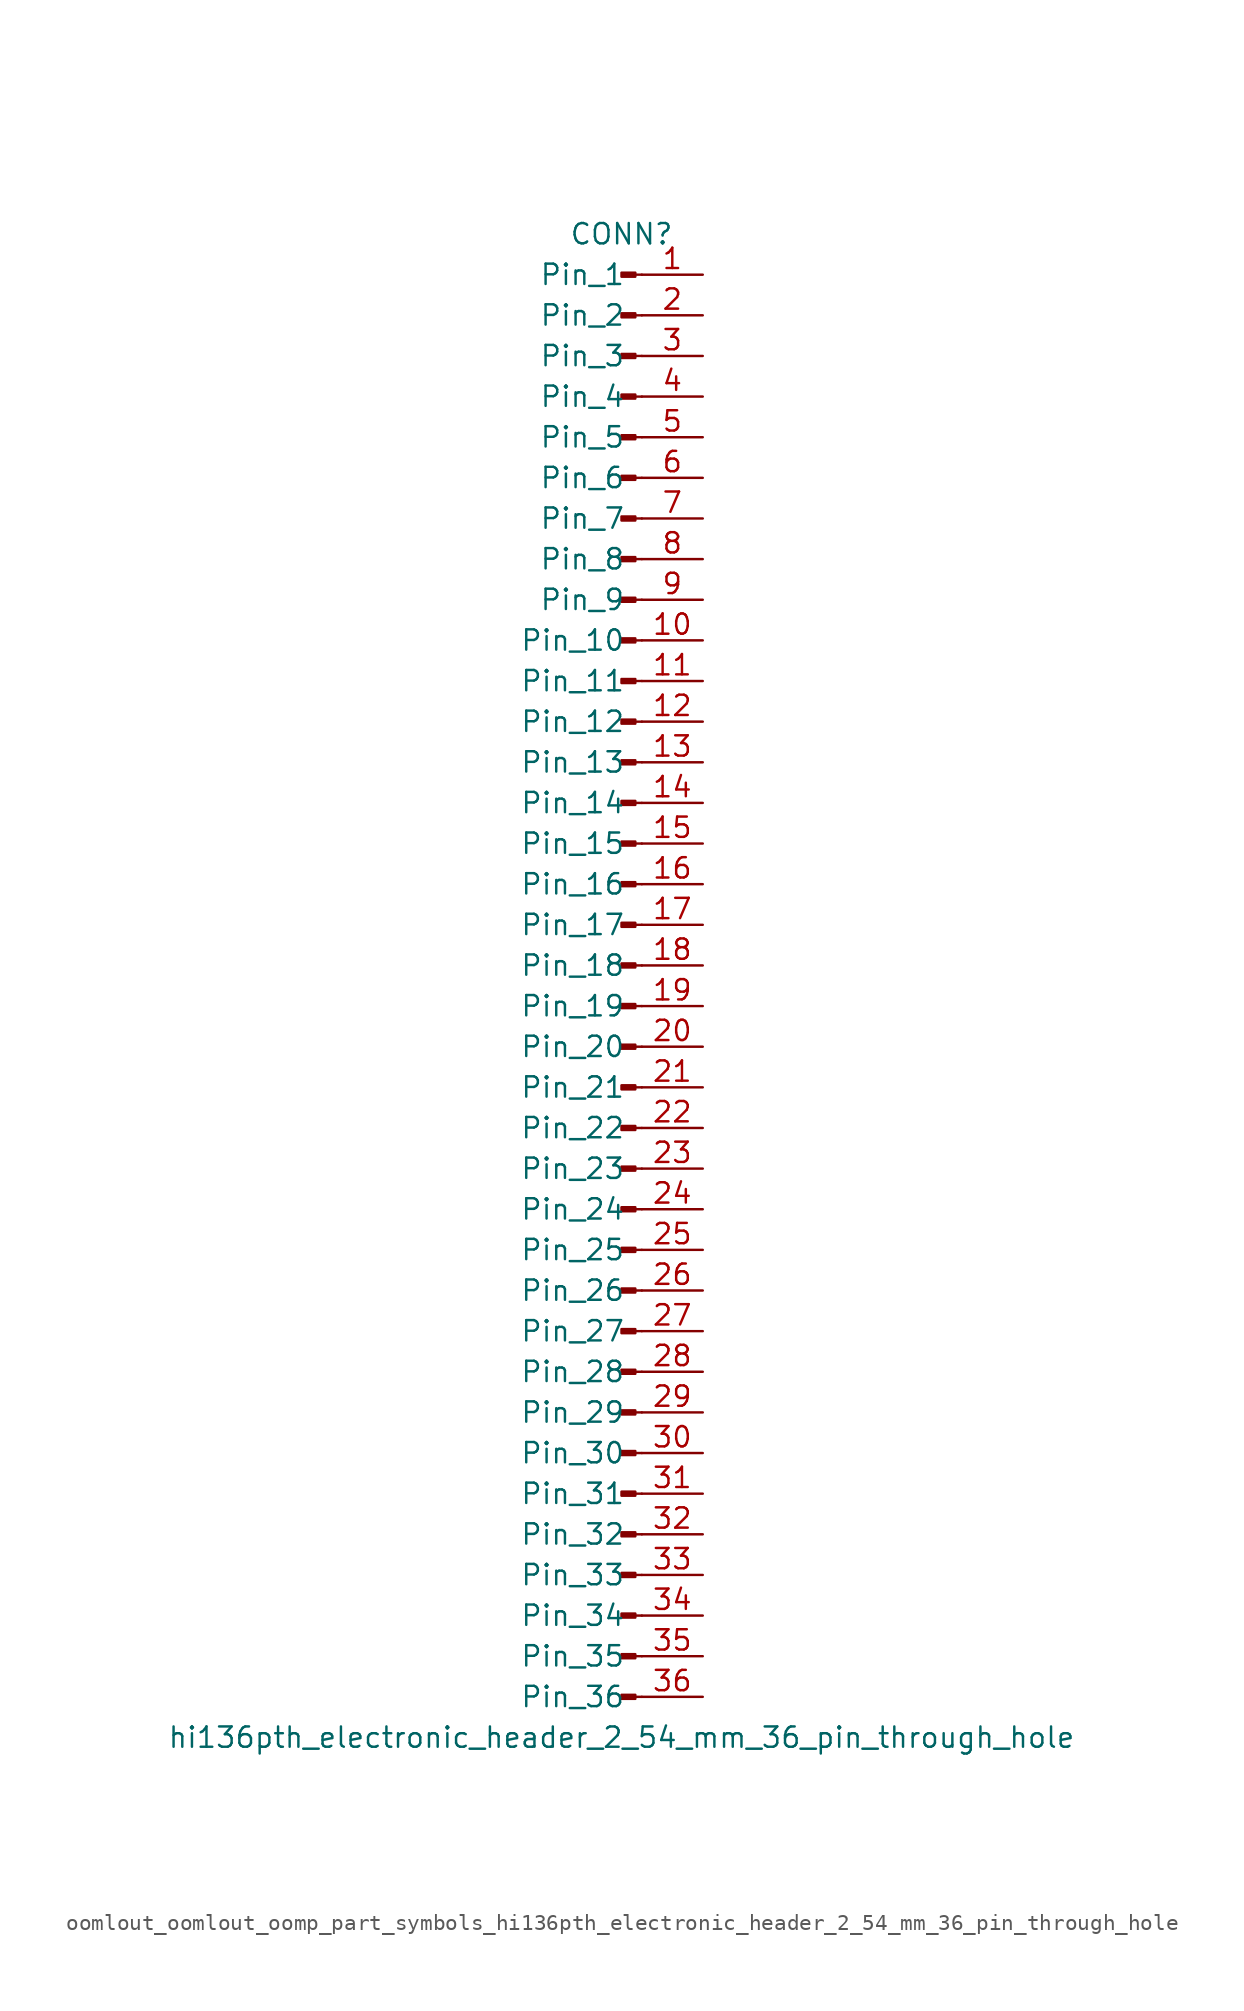
<source format=kicad_sym>
(kicad_symbol_lib
  (version 20220914)
  (generator kicad_symbol_editor)
  (symbol "oomlout_oomlout_oomp_part_symbols_hi136pth_electronic_header_2_54_mm_36_pin_through_hole"
    (pin_names
      (offset 1.016))
    (property "Reference" "CONN"
      (at 0 45.72 0)
      (effects (font (size 1.27 1.27))))
    (property "Value" "hi136pth_electronic_header_2_54_mm_36_pin_through_hole"
      (at 0 -48.26 0)
      (effects (font (size 1.27 1.27))))
    (property "ki_locked" ""
      (at 0 0 0)
      (effects (font (size 1.27 1.27))))
    (symbol "oomlout_oomlout_oomp_part_symbols_hi136pth_electronic_header_2_54_mm_36_pin_through_hole_1_1"
      (polyline (pts (xy 1.27 -45.72) (xy 0.864 -45.72)) (stroke (width 0.152) (type default)) (fill (type none)))
      (polyline (pts (xy 1.27 -43.18) (xy 0.864 -43.18)) (stroke (width 0.152) (type default)) (fill (type none)))
      (polyline (pts (xy 1.27 -40.64) (xy 0.864 -40.64)) (stroke (width 0.152) (type default)) (fill (type none)))
      (polyline (pts (xy 1.27 -38.1) (xy 0.864 -38.1)) (stroke (width 0.152) (type default)) (fill (type none)))
      (polyline (pts (xy 1.27 -35.56) (xy 0.864 -35.56)) (stroke (width 0.152) (type default)) (fill (type none)))
      (polyline (pts (xy 1.27 -33.02) (xy 0.864 -33.02)) (stroke (width 0.152) (type default)) (fill (type none)))
      (polyline (pts (xy 1.27 -30.48) (xy 0.864 -30.48)) (stroke (width 0.152) (type default)) (fill (type none)))
      (polyline (pts (xy 1.27 -27.94) (xy 0.864 -27.94)) (stroke (width 0.152) (type default)) (fill (type none)))
      (polyline (pts (xy 1.27 -25.4) (xy 0.864 -25.4)) (stroke (width 0.152) (type default)) (fill (type none)))
      (polyline (pts (xy 1.27 -22.86) (xy 0.864 -22.86)) (stroke (width 0.152) (type default)) (fill (type none)))
      (polyline (pts (xy 1.27 -20.32) (xy 0.864 -20.32)) (stroke (width 0.152) (type default)) (fill (type none)))
      (polyline (pts (xy 1.27 -17.78) (xy 0.864 -17.78)) (stroke (width 0.152) (type default)) (fill (type none)))
      (polyline (pts (xy 1.27 -15.24) (xy 0.864 -15.24)) (stroke (width 0.152) (type default)) (fill (type none)))
      (polyline (pts (xy 1.27 -12.7) (xy 0.864 -12.7)) (stroke (width 0.152) (type default)) (fill (type none)))
      (polyline (pts (xy 1.27 -10.16) (xy 0.864 -10.16)) (stroke (width 0.152) (type default)) (fill (type none)))
      (polyline (pts (xy 1.27 -7.62) (xy 0.864 -7.62)) (stroke (width 0.152) (type default)) (fill (type none)))
      (polyline (pts (xy 1.27 -5.08) (xy 0.864 -5.08)) (stroke (width 0.152) (type default)) (fill (type none)))
      (polyline (pts (xy 1.27 -2.54) (xy 0.864 -2.54)) (stroke (width 0.152) (type default)) (fill (type none)))
      (polyline (pts (xy 1.27 0) (xy 0.864 0)) (stroke (width 0.152) (type default)) (fill (type none)))
      (polyline (pts (xy 1.27 2.54) (xy 0.864 2.54)) (stroke (width 0.152) (type default)) (fill (type none)))
      (polyline (pts (xy 1.27 5.08) (xy 0.864 5.08)) (stroke (width 0.152) (type default)) (fill (type none)))
      (polyline (pts (xy 1.27 7.62) (xy 0.864 7.62)) (stroke (width 0.152) (type default)) (fill (type none)))
      (polyline (pts (xy 1.27 10.16) (xy 0.864 10.16)) (stroke (width 0.152) (type default)) (fill (type none)))
      (polyline (pts (xy 1.27 12.7) (xy 0.864 12.7)) (stroke (width 0.152) (type default)) (fill (type none)))
      (polyline (pts (xy 1.27 15.24) (xy 0.864 15.24)) (stroke (width 0.152) (type default)) (fill (type none)))
      (polyline (pts (xy 1.27 17.78) (xy 0.864 17.78)) (stroke (width 0.152) (type default)) (fill (type none)))
      (polyline (pts (xy 1.27 20.32) (xy 0.864 20.32)) (stroke (width 0.152) (type default)) (fill (type none)))
      (polyline (pts (xy 1.27 22.86) (xy 0.864 22.86)) (stroke (width 0.152) (type default)) (fill (type none)))
      (polyline (pts (xy 1.27 25.4) (xy 0.864 25.4)) (stroke (width 0.152) (type default)) (fill (type none)))
      (polyline (pts (xy 1.27 27.94) (xy 0.864 27.94)) (stroke (width 0.152) (type default)) (fill (type none)))
      (polyline (pts (xy 1.27 30.48) (xy 0.864 30.48)) (stroke (width 0.152) (type default)) (fill (type none)))
      (polyline (pts (xy 1.27 33.02) (xy 0.864 33.02)) (stroke (width 0.152) (type default)) (fill (type none)))
      (polyline (pts (xy 1.27 35.56) (xy 0.864 35.56)) (stroke (width 0.152) (type default)) (fill (type none)))
      (polyline (pts (xy 1.27 38.1) (xy 0.864 38.1)) (stroke (width 0.152) (type default)) (fill (type none)))
      (polyline (pts (xy 1.27 40.64) (xy 0.864 40.64)) (stroke (width 0.152) (type default)) (fill (type none)))
      (polyline (pts (xy 1.27 43.18) (xy 0.864 43.18)) (stroke (width 0.152) (type default)) (fill (type none)))
      (rectangle (start 0.864 -45.593) (end 0 -45.847) (stroke (width 0.152) (type default)) (fill (type outline)))
      (rectangle (start 0.864 -43.053) (end 0 -43.307) (stroke (width 0.152) (type default)) (fill (type outline)))
      (rectangle (start 0.864 -40.513) (end 0 -40.767) (stroke (width 0.152) (type default)) (fill (type outline)))
      (rectangle (start 0.864 -37.973) (end 0 -38.227) (stroke (width 0.152) (type default)) (fill (type outline)))
      (rectangle (start 0.864 -35.433) (end 0 -35.687) (stroke (width 0.152) (type default)) (fill (type outline)))
      (rectangle (start 0.864 -32.893) (end 0 -33.147) (stroke (width 0.152) (type default)) (fill (type outline)))
      (rectangle (start 0.864 -30.353) (end 0 -30.607) (stroke (width 0.152) (type default)) (fill (type outline)))
      (rectangle (start 0.864 -27.813) (end 0 -28.067) (stroke (width 0.152) (type default)) (fill (type outline)))
      (rectangle (start 0.864 -25.273) (end 0 -25.527) (stroke (width 0.152) (type default)) (fill (type outline)))
      (rectangle (start 0.864 -22.733) (end 0 -22.987) (stroke (width 0.152) (type default)) (fill (type outline)))
      (rectangle (start 0.864 -20.193) (end 0 -20.447) (stroke (width 0.152) (type default)) (fill (type outline)))
      (rectangle (start 0.864 -17.653) (end 0 -17.907) (stroke (width 0.152) (type default)) (fill (type outline)))
      (rectangle (start 0.864 -15.113) (end 0 -15.367) (stroke (width 0.152) (type default)) (fill (type outline)))
      (rectangle (start 0.864 -12.573) (end 0 -12.827) (stroke (width 0.152) (type default)) (fill (type outline)))
      (rectangle (start 0.864 -10.033) (end 0 -10.287) (stroke (width 0.152) (type default)) (fill (type outline)))
      (rectangle (start 0.864 -7.493) (end 0 -7.747) (stroke (width 0.152) (type default)) (fill (type outline)))
      (rectangle (start 0.864 -4.953) (end 0 -5.207) (stroke (width 0.152) (type default)) (fill (type outline)))
      (rectangle (start 0.864 -2.413) (end 0 -2.667) (stroke (width 0.152) (type default)) (fill (type outline)))
      (rectangle (start 0.864 0.127) (end 0 -0.127) (stroke (width 0.152) (type default)) (fill (type outline)))
      (rectangle (start 0.864 2.667) (end 0 2.413) (stroke (width 0.152) (type default)) (fill (type outline)))
      (rectangle (start 0.864 5.207) (end 0 4.953) (stroke (width 0.152) (type default)) (fill (type outline)))
      (rectangle (start 0.864 7.747) (end 0 7.493) (stroke (width 0.152) (type default)) (fill (type outline)))
      (rectangle (start 0.864 10.287) (end 0 10.033) (stroke (width 0.152) (type default)) (fill (type outline)))
      (rectangle (start 0.864 12.827) (end 0 12.573) (stroke (width 0.152) (type default)) (fill (type outline)))
      (rectangle (start 0.864 15.367) (end 0 15.113) (stroke (width 0.152) (type default)) (fill (type outline)))
      (rectangle (start 0.864 17.907) (end 0 17.653) (stroke (width 0.152) (type default)) (fill (type outline)))
      (rectangle (start 0.864 20.447) (end 0 20.193) (stroke (width 0.152) (type default)) (fill (type outline)))
      (rectangle (start 0.864 22.987) (end 0 22.733) (stroke (width 0.152) (type default)) (fill (type outline)))
      (rectangle (start 0.864 25.527) (end 0 25.273) (stroke (width 0.152) (type default)) (fill (type outline)))
      (rectangle (start 0.864 28.067) (end 0 27.813) (stroke (width 0.152) (type default)) (fill (type outline)))
      (rectangle (start 0.864 30.607) (end 0 30.353) (stroke (width 0.152) (type default)) (fill (type outline)))
      (rectangle (start 0.864 33.147) (end 0 32.893) (stroke (width 0.152) (type default)) (fill (type outline)))
      (rectangle (start 0.864 35.687) (end 0 35.433) (stroke (width 0.152) (type default)) (fill (type outline)))
      (rectangle (start 0.864 38.227) (end 0 37.973) (stroke (width 0.152) (type default)) (fill (type outline)))
      (rectangle (start 0.864 40.767) (end 0 40.513) (stroke (width 0.152) (type default)) (fill (type outline)))
      (rectangle (start 0.864 43.307) (end 0 43.053) (stroke (width 0.152) (type default)) (fill (type outline)))
      (pin passive line (at 5.08 43.18 180) (length 3.81) (name "Pin_1" (effects (font (size 1.27 1.27)))) (number "1" (effects (font (size 1.27 1.27)))))
      (pin passive line (at 5.08 20.32 180) (length 3.81) (name "Pin_10" (effects (font (size 1.27 1.27)))) (number "10" (effects (font (size 1.27 1.27)))))
      (pin passive line (at 5.08 17.78 180) (length 3.81) (name "Pin_11" (effects (font (size 1.27 1.27)))) (number "11" (effects (font (size 1.27 1.27)))))
      (pin passive line (at 5.08 15.24 180) (length 3.81) (name "Pin_12" (effects (font (size 1.27 1.27)))) (number "12" (effects (font (size 1.27 1.27)))))
      (pin passive line (at 5.08 12.7 180) (length 3.81) (name "Pin_13" (effects (font (size 1.27 1.27)))) (number "13" (effects (font (size 1.27 1.27)))))
      (pin passive line (at 5.08 10.16 180) (length 3.81) (name "Pin_14" (effects (font (size 1.27 1.27)))) (number "14" (effects (font (size 1.27 1.27)))))
      (pin passive line (at 5.08 7.62 180) (length 3.81) (name "Pin_15" (effects (font (size 1.27 1.27)))) (number "15" (effects (font (size 1.27 1.27)))))
      (pin passive line (at 5.08 5.08 180) (length 3.81) (name "Pin_16" (effects (font (size 1.27 1.27)))) (number "16" (effects (font (size 1.27 1.27)))))
      (pin passive line (at 5.08 2.54 180) (length 3.81) (name "Pin_17" (effects (font (size 1.27 1.27)))) (number "17" (effects (font (size 1.27 1.27)))))
      (pin passive line (at 5.08 0 180) (length 3.81) (name "Pin_18" (effects (font (size 1.27 1.27)))) (number "18" (effects (font (size 1.27 1.27)))))
      (pin passive line (at 5.08 -2.54 180) (length 3.81) (name "Pin_19" (effects (font (size 1.27 1.27)))) (number "19" (effects (font (size 1.27 1.27)))))
      (pin passive line (at 5.08 40.64 180) (length 3.81) (name "Pin_2" (effects (font (size 1.27 1.27)))) (number "2" (effects (font (size 1.27 1.27)))))
      (pin passive line (at 5.08 -5.08 180) (length 3.81) (name "Pin_20" (effects (font (size 1.27 1.27)))) (number "20" (effects (font (size 1.27 1.27)))))
      (pin passive line (at 5.08 -7.62 180) (length 3.81) (name "Pin_21" (effects (font (size 1.27 1.27)))) (number "21" (effects (font (size 1.27 1.27)))))
      (pin passive line (at 5.08 -10.16 180) (length 3.81) (name "Pin_22" (effects (font (size 1.27 1.27)))) (number "22" (effects (font (size 1.27 1.27)))))
      (pin passive line (at 5.08 -12.7 180) (length 3.81) (name "Pin_23" (effects (font (size 1.27 1.27)))) (number "23" (effects (font (size 1.27 1.27)))))
      (pin passive line (at 5.08 -15.24 180) (length 3.81) (name "Pin_24" (effects (font (size 1.27 1.27)))) (number "24" (effects (font (size 1.27 1.27)))))
      (pin passive line (at 5.08 -17.78 180) (length 3.81) (name "Pin_25" (effects (font (size 1.27 1.27)))) (number "25" (effects (font (size 1.27 1.27)))))
      (pin passive line (at 5.08 -20.32 180) (length 3.81) (name "Pin_26" (effects (font (size 1.27 1.27)))) (number "26" (effects (font (size 1.27 1.27)))))
      (pin passive line (at 5.08 -22.86 180) (length 3.81) (name "Pin_27" (effects (font (size 1.27 1.27)))) (number "27" (effects (font (size 1.27 1.27)))))
      (pin passive line (at 5.08 -25.4 180) (length 3.81) (name "Pin_28" (effects (font (size 1.27 1.27)))) (number "28" (effects (font (size 1.27 1.27)))))
      (pin passive line (at 5.08 -27.94 180) (length 3.81) (name "Pin_29" (effects (font (size 1.27 1.27)))) (number "29" (effects (font (size 1.27 1.27)))))
      (pin passive line (at 5.08 38.1 180) (length 3.81) (name "Pin_3" (effects (font (size 1.27 1.27)))) (number "3" (effects (font (size 1.27 1.27)))))
      (pin passive line (at 5.08 -30.48 180) (length 3.81) (name "Pin_30" (effects (font (size 1.27 1.27)))) (number "30" (effects (font (size 1.27 1.27)))))
      (pin passive line (at 5.08 -33.02 180) (length 3.81) (name "Pin_31" (effects (font (size 1.27 1.27)))) (number "31" (effects (font (size 1.27 1.27)))))
      (pin passive line (at 5.08 -35.56 180) (length 3.81) (name "Pin_32" (effects (font (size 1.27 1.27)))) (number "32" (effects (font (size 1.27 1.27)))))
      (pin passive line (at 5.08 -38.1 180) (length 3.81) (name "Pin_33" (effects (font (size 1.27 1.27)))) (number "33" (effects (font (size 1.27 1.27)))))
      (pin passive line (at 5.08 -40.64 180) (length 3.81) (name "Pin_34" (effects (font (size 1.27 1.27)))) (number "34" (effects (font (size 1.27 1.27)))))
      (pin passive line (at 5.08 -43.18 180) (length 3.81) (name "Pin_35" (effects (font (size 1.27 1.27)))) (number "35" (effects (font (size 1.27 1.27)))))
      (pin passive line (at 5.08 -45.72 180) (length 3.81) (name "Pin_36" (effects (font (size 1.27 1.27)))) (number "36" (effects (font (size 1.27 1.27)))))
      (pin passive line (at 5.08 35.56 180) (length 3.81) (name "Pin_4" (effects (font (size 1.27 1.27)))) (number "4" (effects (font (size 1.27 1.27)))))
      (pin passive line (at 5.08 33.02 180) (length 3.81) (name "Pin_5" (effects (font (size 1.27 1.27)))) (number "5" (effects (font (size 1.27 1.27)))))
      (pin passive line (at 5.08 30.48 180) (length 3.81) (name "Pin_6" (effects (font (size 1.27 1.27)))) (number "6" (effects (font (size 1.27 1.27)))))
      (pin passive line (at 5.08 27.94 180) (length 3.81) (name "Pin_7" (effects (font (size 1.27 1.27)))) (number "7" (effects (font (size 1.27 1.27)))))
      (pin passive line (at 5.08 25.4 180) (length 3.81) (name "Pin_8" (effects (font (size 1.27 1.27)))) (number "8" (effects (font (size 1.27 1.27)))))
      (pin passive line (at 5.08 22.86 180) (length 3.81) (name "Pin_9" (effects (font (size 1.27 1.27)))) (number "9" (effects (font (size 1.27 1.27))))))))
</source>
